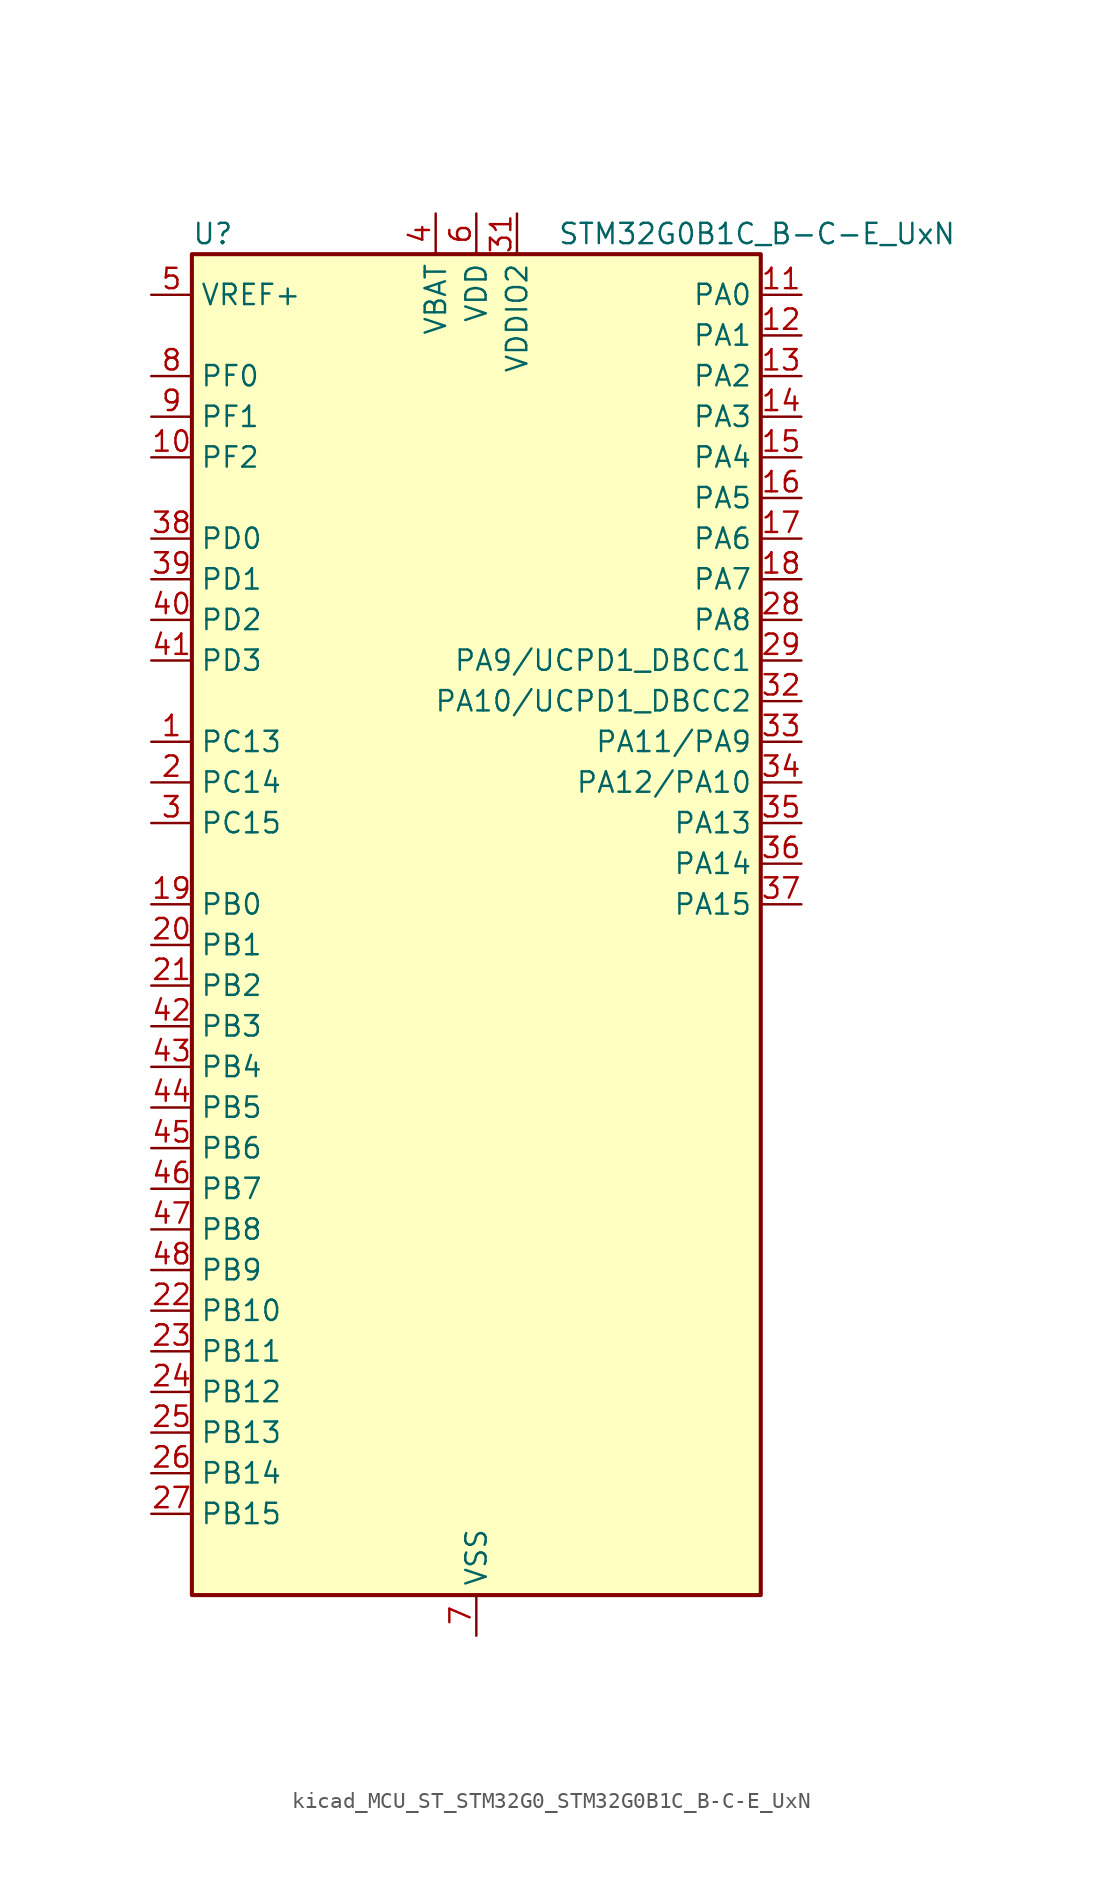
<source format=kicad_sym>
(kicad_symbol_lib
  (version 20220914)
  (generator kicad_symbol_editor)
  (symbol "kicad_MCU_ST_STM32G0_STM32G0B1C_B-C-E_UxN"
    (property "Reference" "U"
      (at -17.78 44.45 0)
      (effects (font (size 1.27 1.27)) (justify left)))
    (property "Value" "STM32G0B1C_B-C-E_UxN"
      (at 5.08 44.45 0)
      (effects (font (size 1.27 1.27)) (justify left)))
    (property "ki_locked" ""
      (at 0 0 0)
      (effects (font (size 1.27 1.27))))
    (symbol "kicad_MCU_ST_STM32G0_STM32G0B1C_B-C-E_UxN_0_1"
      (rectangle (start -17.78 -40.64) (end 17.78 43.18) (stroke (width 0.254) (type default)) (fill (type background))))
    (symbol "kicad_MCU_ST_STM32G0_STM32G0B1C_B-C-E_UxN_1_1"
      (pin bidirectional line (at -20.32 12.7 0) (length 2.54) (name "PC13" (effects (font (size 1.27 1.27)))) (number "1" (effects (font (size 1.27 1.27)))) (alternate "RTC_OUT1" bidirectional line) (alternate "RTC_TAMP_IN1" bidirectional line) (alternate "RTC_TS" bidirectional line) (alternate "SYS_WKUP2" bidirectional line) (alternate "TIM1_BK" bidirectional line))
      (pin bidirectional line (at -20.32 30.48 0) (length 2.54) (name "PF2" (effects (font (size 1.27 1.27)))) (number "10" (effects (font (size 1.27 1.27)))) (alternate "LPUART2_DE" bidirectional line) (alternate "LPUART2_RTS" bidirectional line) (alternate "LPUART2_TX" bidirectional line) (alternate "RCC_MCO" bidirectional line))
      (pin bidirectional line (at 20.32 40.64 180) (length 2.54) (name "PA0" (effects (font (size 1.27 1.27)))) (number "11" (effects (font (size 1.27 1.27)))) (alternate "ADC1_IN0" bidirectional line) (alternate "COMP1_INM" bidirectional line) (alternate "COMP1_OUT" bidirectional line) (alternate "I2S2_CK" bidirectional line) (alternate "LPTIM1_OUT" bidirectional line) (alternate "RTC_TAMP_IN2" bidirectional line) (alternate "SPI2_SCK" bidirectional line) (alternate "SYS_WKUP1" bidirectional line) (alternate "TIM2_CH1" bidirectional line) (alternate "TIM2_ETR" bidirectional line) (alternate "UCPD2_FRSTX1" bidirectional line) (alternate "UCPD2_FRSTX2" bidirectional line) (alternate "USART2_CTS" bidirectional line) (alternate "USART2_NSS" bidirectional line) (alternate "USART4_TX" bidirectional line))
      (pin bidirectional line (at 20.32 38.1 180) (length 2.54) (name "PA1" (effects (font (size 1.27 1.27)))) (number "12" (effects (font (size 1.27 1.27)))) (alternate "ADC1_IN1" bidirectional line) (alternate "COMP1_INP" bidirectional line) (alternate "I2C1_SMBA" bidirectional line) (alternate "I2S1_CK" bidirectional line) (alternate "SPI1_SCK" bidirectional line) (alternate "TIM15_CH1N" bidirectional line) (alternate "TIM2_CH2" bidirectional line) (alternate "USART2_CK" bidirectional line) (alternate "USART2_DE" bidirectional line) (alternate "USART2_RTS" bidirectional line) (alternate "USART4_RX" bidirectional line))
      (pin bidirectional line (at 20.32 35.56 180) (length 2.54) (name "PA2" (effects (font (size 1.27 1.27)))) (number "13" (effects (font (size 1.27 1.27)))) (alternate "ADC1_IN2" bidirectional line) (alternate "COMP2_INM" bidirectional line) (alternate "COMP2_OUT" bidirectional line) (alternate "I2S1_SD" bidirectional line) (alternate "LPUART1_TX" bidirectional line) (alternate "RCC_LSCO" bidirectional line) (alternate "SPI1_MOSI" bidirectional line) (alternate "SYS_WKUP4" bidirectional line) (alternate "TIM15_CH1" bidirectional line) (alternate "TIM2_CH3" bidirectional line) (alternate "UCPD1_FRSTX1" bidirectional line) (alternate "UCPD1_FRSTX2" bidirectional line) (alternate "USART2_TX" bidirectional line))
      (pin bidirectional line (at 20.32 33.02 180) (length 2.54) (name "PA3" (effects (font (size 1.27 1.27)))) (number "14" (effects (font (size 1.27 1.27)))) (alternate "ADC1_IN3" bidirectional line) (alternate "COMP2_INP" bidirectional line) (alternate "I2S2_MCK" bidirectional line) (alternate "LPUART1_RX" bidirectional line) (alternate "SPI2_MISO" bidirectional line) (alternate "TIM15_CH2" bidirectional line) (alternate "TIM2_CH4" bidirectional line) (alternate "UCPD2_FRSTX1" bidirectional line) (alternate "UCPD2_FRSTX2" bidirectional line) (alternate "USART2_RX" bidirectional line))
      (pin bidirectional line (at 20.32 30.48 180) (length 2.54) (name "PA4" (effects (font (size 1.27 1.27)))) (number "15" (effects (font (size 1.27 1.27)))) (alternate "ADC1_IN4" bidirectional line) (alternate "DAC1_OUT1" bidirectional line) (alternate "I2S1_WS" bidirectional line) (alternate "I2S2_SD" bidirectional line) (alternate "LPTIM2_OUT" bidirectional line) (alternate "RTC_OUT2" bidirectional line) (alternate "SPI1_NSS" bidirectional line) (alternate "SPI2_MOSI" bidirectional line) (alternate "SPI3_NSS" bidirectional line) (alternate "TIM14_CH1" bidirectional line) (alternate "UCPD2_FRSTX1" bidirectional line) (alternate "UCPD2_FRSTX2" bidirectional line) (alternate "USART6_TX" bidirectional line) (alternate "USB_NOE" bidirectional line))
      (pin bidirectional line (at 20.32 27.94 180) (length 2.54) (name "PA5" (effects (font (size 1.27 1.27)))) (number "16" (effects (font (size 1.27 1.27)))) (alternate "ADC1_IN5" bidirectional line) (alternate "CEC" bidirectional line) (alternate "DAC1_OUT2" bidirectional line) (alternate "I2S1_CK" bidirectional line) (alternate "LPTIM2_ETR" bidirectional line) (alternate "SPI1_SCK" bidirectional line) (alternate "TIM2_CH1" bidirectional line) (alternate "TIM2_ETR" bidirectional line) (alternate "UCPD1_FRSTX1" bidirectional line) (alternate "UCPD1_FRSTX2" bidirectional line) (alternate "USART3_TX" bidirectional line) (alternate "USART6_RX" bidirectional line))
      (pin bidirectional line (at 20.32 25.4 180) (length 2.54) (name "PA6" (effects (font (size 1.27 1.27)))) (number "17" (effects (font (size 1.27 1.27)))) (alternate "ADC1_IN6" bidirectional line) (alternate "COMP1_OUT" bidirectional line) (alternate "I2C2_SDA" bidirectional line) (alternate "I2C3_SDA" bidirectional line) (alternate "I2S1_MCK" bidirectional line) (alternate "LPUART1_CTS" bidirectional line) (alternate "SPI1_MISO" bidirectional line) (alternate "TIM16_CH1" bidirectional line) (alternate "TIM1_BK" bidirectional line) (alternate "TIM3_CH1" bidirectional line) (alternate "USART3_CTS" bidirectional line) (alternate "USART3_NSS" bidirectional line) (alternate "USART6_CTS" bidirectional line) (alternate "USART6_NSS" bidirectional line))
      (pin bidirectional line (at 20.32 22.86 180) (length 2.54) (name "PA7" (effects (font (size 1.27 1.27)))) (number "18" (effects (font (size 1.27 1.27)))) (alternate "ADC1_IN7" bidirectional line) (alternate "COMP2_OUT" bidirectional line) (alternate "I2C2_SCL" bidirectional line) (alternate "I2C3_SCL" bidirectional line) (alternate "I2S1_SD" bidirectional line) (alternate "SPI1_MOSI" bidirectional line) (alternate "TIM14_CH1" bidirectional line) (alternate "TIM17_CH1" bidirectional line) (alternate "TIM1_CH1N" bidirectional line) (alternate "TIM3_CH2" bidirectional line) (alternate "UCPD1_FRSTX1" bidirectional line) (alternate "UCPD1_FRSTX2" bidirectional line) (alternate "USART6_CK" bidirectional line) (alternate "USART6_DE" bidirectional line) (alternate "USART6_RTS" bidirectional line))
      (pin bidirectional line (at -20.32 2.54 0) (length 2.54) (name "PB0" (effects (font (size 1.27 1.27)))) (number "19" (effects (font (size 1.27 1.27)))) (alternate "ADC1_IN8" bidirectional line) (alternate "COMP1_OUT" bidirectional line) (alternate "COMP3_INP" bidirectional line) (alternate "FDCAN2_RX" bidirectional line) (alternate "I2S1_WS" bidirectional line) (alternate "LPTIM1_OUT" bidirectional line) (alternate "LPUART2_CTS" bidirectional line) (alternate "SPI1_NSS" bidirectional line) (alternate "TIM1_CH2N" bidirectional line) (alternate "TIM3_CH3" bidirectional line) (alternate "UCPD1_FRSTX1" bidirectional line) (alternate "UCPD1_FRSTX2" bidirectional line) (alternate "USART3_RX" bidirectional line) (alternate "USART5_TX" bidirectional line))
      (pin bidirectional line (at -20.32 10.16 0) (length 2.54) (name "PC14" (effects (font (size 1.27 1.27)))) (number "2" (effects (font (size 1.27 1.27)))) (alternate "RCC_OSC32_IN" bidirectional line) (alternate "TIM1_BK2" bidirectional line))
      (pin bidirectional line (at -20.32 0 0) (length 2.54) (name "PB1" (effects (font (size 1.27 1.27)))) (number "20" (effects (font (size 1.27 1.27)))) (alternate "ADC1_IN9" bidirectional line) (alternate "COMP1_INM" bidirectional line) (alternate "COMP3_OUT" bidirectional line) (alternate "FDCAN2_TX" bidirectional line) (alternate "LPTIM2_IN1" bidirectional line) (alternate "LPUART1_DE" bidirectional line) (alternate "LPUART1_RTS" bidirectional line) (alternate "LPUART2_DE" bidirectional line) (alternate "LPUART2_RTS" bidirectional line) (alternate "TIM14_CH1" bidirectional line) (alternate "TIM1_CH3N" bidirectional line) (alternate "TIM3_CH4" bidirectional line) (alternate "USART3_CK" bidirectional line) (alternate "USART3_DE" bidirectional line) (alternate "USART3_RTS" bidirectional line) (alternate "USART5_RX" bidirectional line))
      (pin bidirectional line (at -20.32 -2.54 0) (length 2.54) (name "PB2" (effects (font (size 1.27 1.27)))) (number "21" (effects (font (size 1.27 1.27)))) (alternate "ADC1_IN10" bidirectional line) (alternate "COMP1_INP" bidirectional line) (alternate "COMP3_INM" bidirectional line) (alternate "I2S2_MCK" bidirectional line) (alternate "LPTIM1_OUT" bidirectional line) (alternate "RCC_MCO_2" bidirectional line) (alternate "SPI2_MISO" bidirectional line) (alternate "USART3_TX" bidirectional line))
      (pin bidirectional line (at -20.32 -22.86 0) (length 2.54) (name "PB10" (effects (font (size 1.27 1.27)))) (number "22" (effects (font (size 1.27 1.27)))) (alternate "ADC1_IN11" bidirectional line) (alternate "CEC" bidirectional line) (alternate "COMP1_OUT" bidirectional line) (alternate "I2C2_SCL" bidirectional line) (alternate "I2S2_CK" bidirectional line) (alternate "LPUART1_RX" bidirectional line) (alternate "SPI2_SCK" bidirectional line) (alternate "TIM2_CH3" bidirectional line) (alternate "USART3_TX" bidirectional line))
      (pin bidirectional line (at -20.32 -25.4 0) (length 2.54) (name "PB11" (effects (font (size 1.27 1.27)))) (number "23" (effects (font (size 1.27 1.27)))) (alternate "ADC1_EXTI11" bidirectional line) (alternate "ADC1_IN15" bidirectional line) (alternate "COMP2_OUT" bidirectional line) (alternate "I2C2_SDA" bidirectional line) (alternate "I2S2_SD" bidirectional line) (alternate "LPUART1_TX" bidirectional line) (alternate "SPI2_MOSI" bidirectional line) (alternate "TIM2_CH4" bidirectional line) (alternate "USART3_RX" bidirectional line))
      (pin bidirectional line (at -20.32 -27.94 0) (length 2.54) (name "PB12" (effects (font (size 1.27 1.27)))) (number "24" (effects (font (size 1.27 1.27)))) (alternate "ADC1_IN16" bidirectional line) (alternate "FDCAN2_RX" bidirectional line) (alternate "I2C2_SMBA" bidirectional line) (alternate "I2S2_WS" bidirectional line) (alternate "LPUART1_DE" bidirectional line) (alternate "LPUART1_RTS" bidirectional line) (alternate "SPI2_NSS" bidirectional line) (alternate "TIM15_BK" bidirectional line) (alternate "TIM1_BK" bidirectional line) (alternate "UCPD2_FRSTX1" bidirectional line) (alternate "UCPD2_FRSTX2" bidirectional line))
      (pin bidirectional line (at -20.32 -30.48 0) (length 2.54) (name "PB13" (effects (font (size 1.27 1.27)))) (number "25" (effects (font (size 1.27 1.27)))) (alternate "FDCAN2_TX" bidirectional line) (alternate "I2C2_SCL" bidirectional line) (alternate "I2S2_CK" bidirectional line) (alternate "LPUART1_CTS" bidirectional line) (alternate "SPI2_SCK" bidirectional line) (alternate "TIM15_CH1N" bidirectional line) (alternate "TIM1_CH1N" bidirectional line) (alternate "USART3_CTS" bidirectional line) (alternate "USART3_NSS" bidirectional line))
      (pin bidirectional line (at -20.32 -33.02 0) (length 2.54) (name "PB14" (effects (font (size 1.27 1.27)))) (number "26" (effects (font (size 1.27 1.27)))) (alternate "I2C2_SDA" bidirectional line) (alternate "I2S2_MCK" bidirectional line) (alternate "SPI2_MISO" bidirectional line) (alternate "TIM15_CH1" bidirectional line) (alternate "TIM1_CH2N" bidirectional line) (alternate "UCPD1_FRSTX1" bidirectional line) (alternate "UCPD1_FRSTX2" bidirectional line) (alternate "USART3_CK" bidirectional line) (alternate "USART3_DE" bidirectional line) (alternate "USART3_RTS" bidirectional line) (alternate "USART6_CK" bidirectional line) (alternate "USART6_DE" bidirectional line) (alternate "USART6_RTS" bidirectional line))
      (pin bidirectional line (at -20.32 -35.56 0) (length 2.54) (name "PB15" (effects (font (size 1.27 1.27)))) (number "27" (effects (font (size 1.27 1.27)))) (alternate "I2S2_SD" bidirectional line) (alternate "RTC_REFIN" bidirectional line) (alternate "SPI2_MOSI" bidirectional line) (alternate "TIM15_CH1N" bidirectional line) (alternate "TIM15_CH2" bidirectional line) (alternate "TIM1_CH3N" bidirectional line) (alternate "UCPD1_CC2" bidirectional line) (alternate "USART6_CTS" bidirectional line) (alternate "USART6_NSS" bidirectional line))
      (pin bidirectional line (at 20.32 20.32 180) (length 2.54) (name "PA8" (effects (font (size 1.27 1.27)))) (number "28" (effects (font (size 1.27 1.27)))) (alternate "CRS1_SYNC" bidirectional line) (alternate "I2C2_SMBA" bidirectional line) (alternate "I2S2_WS" bidirectional line) (alternate "LPTIM2_OUT" bidirectional line) (alternate "RCC_MCO" bidirectional line) (alternate "SPI2_NSS" bidirectional line) (alternate "TIM1_CH1" bidirectional line) (alternate "UCPD1_CC1" bidirectional line))
      (pin bidirectional line (at 20.32 17.78 180) (length 2.54) (name "PA9/UCPD1_DBCC1" (effects (font (size 1.27 1.27)))) (number "29" (effects (font (size 1.27 1.27)))) (alternate "DAC1_EXTI9" bidirectional line) (alternate "I2C1_SCL" bidirectional line) (alternate "I2C2_SCL" bidirectional line) (alternate "I2S2_MCK" bidirectional line) (alternate "RCC_MCO" bidirectional line) (alternate "SPI2_MISO" bidirectional line) (alternate "TIM15_BK" bidirectional line) (alternate "TIM1_CH2" bidirectional line) (alternate "UCPD1_DBCC1" bidirectional line) (alternate "USART1_TX" bidirectional line))
      (pin bidirectional line (at -20.32 7.62 0) (length 2.54) (name "PC15" (effects (font (size 1.27 1.27)))) (number "3" (effects (font (size 1.27 1.27)))) (alternate "RCC_OSC32_EN" bidirectional line) (alternate "RCC_OSC32_OUT" bidirectional line) (alternate "RCC_OSC_EN" bidirectional line) (alternate "TIM15_BK" bidirectional line))
      (pin passive line (at 0 -43.18 90) (length 2.54) hide (name "VSS" (effects (font (size 1.27 1.27)))) (number "30" (effects (font (size 1.27 1.27)))))
      (pin power_in line (at 2.54 45.72 270) (length 2.54) (name "VDDIO2" (effects (font (size 1.27 1.27)))) (number "31" (effects (font (size 1.27 1.27)))))
      (pin bidirectional line (at 20.32 15.24 180) (length 2.54) (name "PA10/UCPD1_DBCC2" (effects (font (size 1.27 1.27)))) (number "32" (effects (font (size 1.27 1.27)))) (alternate "I2C1_SDA" bidirectional line) (alternate "I2C2_SDA" bidirectional line) (alternate "I2S2_SD" bidirectional line) (alternate "RCC_MCO_2" bidirectional line) (alternate "SPI2_MOSI" bidirectional line) (alternate "TIM17_BK" bidirectional line) (alternate "TIM1_CH3" bidirectional line) (alternate "UCPD1_DBCC2" bidirectional line) (alternate "USART1_RX" bidirectional line))
      (pin bidirectional line (at 20.32 12.7 180) (length 2.54) (name "PA11/PA9" (effects (font (size 1.27 1.27)))) (number "33" (effects (font (size 1.27 1.27)))) (alternate "ADC1_EXTI11" bidirectional line) (alternate "COMP1_OUT" bidirectional line) (alternate "FDCAN1_RX" bidirectional line) (alternate "I2C2_SCL" bidirectional line) (alternate "I2S1_MCK" bidirectional line) (alternate "SPI1_MISO" bidirectional line) (alternate "TIM1_BK2" bidirectional line) (alternate "TIM1_CH4" bidirectional line) (alternate "USART1_CTS" bidirectional line) (alternate "USART1_NSS" bidirectional line) (alternate "USB_DM" bidirectional line))
      (pin bidirectional line (at 20.32 10.16 180) (length 2.54) (name "PA12/PA10" (effects (font (size 1.27 1.27)))) (number "34" (effects (font (size 1.27 1.27)))) (alternate "COMP2_OUT" bidirectional line) (alternate "FDCAN1_TX" bidirectional line) (alternate "I2C2_SDA" bidirectional line) (alternate "I2S1_SD" bidirectional line) (alternate "I2S_CKIN" bidirectional line) (alternate "SPI1_MOSI" bidirectional line) (alternate "TIM1_ETR" bidirectional line) (alternate "USART1_CK" bidirectional line) (alternate "USART1_DE" bidirectional line) (alternate "USART1_RTS" bidirectional line) (alternate "USB_DP" bidirectional line))
      (pin bidirectional line (at 20.32 7.62 180) (length 2.54) (name "PA13" (effects (font (size 1.27 1.27)))) (number "35" (effects (font (size 1.27 1.27)))) (alternate "IR_OUT" bidirectional line) (alternate "LPUART2_RX" bidirectional line) (alternate "SYS_SWDIO" bidirectional line) (alternate "USB_NOE" bidirectional line))
      (pin bidirectional line (at 20.32 5.08 180) (length 2.54) (name "PA14" (effects (font (size 1.27 1.27)))) (number "36" (effects (font (size 1.27 1.27)))) (alternate "LPUART2_TX" bidirectional line) (alternate "SYS_SWCLK" bidirectional line) (alternate "USART2_TX" bidirectional line))
      (pin bidirectional line (at 20.32 2.54 180) (length 2.54) (name "PA15" (effects (font (size 1.27 1.27)))) (number "37" (effects (font (size 1.27 1.27)))) (alternate "I2C2_SMBA" bidirectional line) (alternate "I2S1_WS" bidirectional line) (alternate "RCC_MCO_2" bidirectional line) (alternate "SPI1_NSS" bidirectional line) (alternate "SPI3_NSS" bidirectional line) (alternate "TIM2_CH1" bidirectional line) (alternate "TIM2_ETR" bidirectional line) (alternate "USART2_RX" bidirectional line) (alternate "USART3_CK" bidirectional line) (alternate "USART3_DE" bidirectional line) (alternate "USART3_RTS" bidirectional line) (alternate "USART4_CK" bidirectional line) (alternate "USART4_DE" bidirectional line) (alternate "USART4_RTS" bidirectional line) (alternate "USB_NOE" bidirectional line))
      (pin bidirectional line (at -20.32 25.4 0) (length 2.54) (name "PD0" (effects (font (size 1.27 1.27)))) (number "38" (effects (font (size 1.27 1.27)))) (alternate "FDCAN1_RX" bidirectional line) (alternate "I2S2_WS" bidirectional line) (alternate "SPI2_NSS" bidirectional line) (alternate "TIM16_CH1" bidirectional line) (alternate "UCPD2_CC1" bidirectional line))
      (pin bidirectional line (at -20.32 22.86 0) (length 2.54) (name "PD1" (effects (font (size 1.27 1.27)))) (number "39" (effects (font (size 1.27 1.27)))) (alternate "FDCAN1_TX" bidirectional line) (alternate "I2S2_CK" bidirectional line) (alternate "SPI2_SCK" bidirectional line) (alternate "TIM17_CH1" bidirectional line) (alternate "UCPD2_DBCC1" bidirectional line))
      (pin power_in line (at -2.54 45.72 270) (length 2.54) (name "VBAT" (effects (font (size 1.27 1.27)))) (number "4" (effects (font (size 1.27 1.27)))))
      (pin bidirectional line (at -20.32 20.32 0) (length 2.54) (name "PD2" (effects (font (size 1.27 1.27)))) (number "40" (effects (font (size 1.27 1.27)))) (alternate "TIM1_CH1N" bidirectional line) (alternate "TIM3_ETR" bidirectional line) (alternate "UCPD2_CC2" bidirectional line) (alternate "USART3_CK" bidirectional line) (alternate "USART3_DE" bidirectional line) (alternate "USART3_RTS" bidirectional line) (alternate "USART5_RX" bidirectional line))
      (pin bidirectional line (at -20.32 17.78 0) (length 2.54) (name "PD3" (effects (font (size 1.27 1.27)))) (number "41" (effects (font (size 1.27 1.27)))) (alternate "I2S2_MCK" bidirectional line) (alternate "SPI2_MISO" bidirectional line) (alternate "TIM1_CH2N" bidirectional line) (alternate "UCPD2_DBCC2" bidirectional line) (alternate "USART2_CTS" bidirectional line) (alternate "USART2_NSS" bidirectional line) (alternate "USART5_TX" bidirectional line))
      (pin bidirectional line (at -20.32 -5.08 0) (length 2.54) (name "PB3" (effects (font (size 1.27 1.27)))) (number "42" (effects (font (size 1.27 1.27)))) (alternate "COMP2_INM" bidirectional line) (alternate "I2C2_SCL" bidirectional line) (alternate "I2C3_SCL" bidirectional line) (alternate "I2S1_CK" bidirectional line) (alternate "SPI1_SCK" bidirectional line) (alternate "SPI3_SCK" bidirectional line) (alternate "TIM1_CH2" bidirectional line) (alternate "TIM2_CH2" bidirectional line) (alternate "USART1_CK" bidirectional line) (alternate "USART1_DE" bidirectional line) (alternate "USART1_RTS" bidirectional line) (alternate "USART5_TX" bidirectional line))
      (pin bidirectional line (at -20.32 -7.62 0) (length 2.54) (name "PB4" (effects (font (size 1.27 1.27)))) (number "43" (effects (font (size 1.27 1.27)))) (alternate "COMP2_INP" bidirectional line) (alternate "I2C2_SDA" bidirectional line) (alternate "I2C3_SDA" bidirectional line) (alternate "I2S1_MCK" bidirectional line) (alternate "SPI1_MISO" bidirectional line) (alternate "SPI3_MISO" bidirectional line) (alternate "TIM17_BK" bidirectional line) (alternate "TIM3_CH1" bidirectional line) (alternate "USART1_CTS" bidirectional line) (alternate "USART1_NSS" bidirectional line) (alternate "USART5_RX" bidirectional line))
      (pin bidirectional line (at -20.32 -10.16 0) (length 2.54) (name "PB5" (effects (font (size 1.27 1.27)))) (number "44" (effects (font (size 1.27 1.27)))) (alternate "COMP2_OUT" bidirectional line) (alternate "FDCAN2_RX" bidirectional line) (alternate "I2C1_SMBA" bidirectional line) (alternate "I2S1_SD" bidirectional line) (alternate "LPTIM1_IN1" bidirectional line) (alternate "SPI1_MOSI" bidirectional line) (alternate "SPI3_MOSI" bidirectional line) (alternate "SYS_WKUP6" bidirectional line) (alternate "TIM16_BK" bidirectional line) (alternate "TIM3_CH2" bidirectional line) (alternate "USART5_CK" bidirectional line) (alternate "USART5_DE" bidirectional line) (alternate "USART5_RTS" bidirectional line))
      (pin bidirectional line (at -20.32 -12.7 0) (length 2.54) (name "PB6" (effects (font (size 1.27 1.27)))) (number "45" (effects (font (size 1.27 1.27)))) (alternate "COMP2_INP" bidirectional line) (alternate "FDCAN2_TX" bidirectional line) (alternate "I2C1_SCL" bidirectional line) (alternate "I2S2_MCK" bidirectional line) (alternate "LPTIM1_ETR" bidirectional line) (alternate "LPUART2_TX" bidirectional line) (alternate "SPI2_MISO" bidirectional line) (alternate "TIM16_CH1N" bidirectional line) (alternate "TIM1_CH3" bidirectional line) (alternate "TIM4_CH1" bidirectional line) (alternate "USART1_TX" bidirectional line) (alternate "USART5_CTS" bidirectional line) (alternate "USART5_NSS" bidirectional line))
      (pin bidirectional line (at -20.32 -15.24 0) (length 2.54) (name "PB7" (effects (font (size 1.27 1.27)))) (number "46" (effects (font (size 1.27 1.27)))) (alternate "COMP2_INM" bidirectional line) (alternate "I2C1_SDA" bidirectional line) (alternate "I2S2_SD" bidirectional line) (alternate "LPTIM1_IN2" bidirectional line) (alternate "LPUART2_RX" bidirectional line) (alternate "SPI2_MOSI" bidirectional line) (alternate "SYS_PVD_IN" bidirectional line) (alternate "TIM17_CH1N" bidirectional line) (alternate "TIM4_CH2" bidirectional line) (alternate "USART1_RX" bidirectional line) (alternate "USART4_CTS" bidirectional line) (alternate "USART4_NSS" bidirectional line))
      (pin bidirectional line (at -20.32 -17.78 0) (length 2.54) (name "PB8" (effects (font (size 1.27 1.27)))) (number "47" (effects (font (size 1.27 1.27)))) (alternate "CEC" bidirectional line) (alternate "FDCAN1_RX" bidirectional line) (alternate "I2C1_SCL" bidirectional line) (alternate "I2S2_CK" bidirectional line) (alternate "SPI2_SCK" bidirectional line) (alternate "TIM15_BK" bidirectional line) (alternate "TIM16_CH1" bidirectional line) (alternate "TIM4_CH3" bidirectional line) (alternate "USART3_TX" bidirectional line) (alternate "USART6_TX" bidirectional line))
      (pin bidirectional line (at -20.32 -20.32 0) (length 2.54) (name "PB9" (effects (font (size 1.27 1.27)))) (number "48" (effects (font (size 1.27 1.27)))) (alternate "DAC1_EXTI9" bidirectional line) (alternate "FDCAN1_TX" bidirectional line) (alternate "I2C1_SDA" bidirectional line) (alternate "I2S2_WS" bidirectional line) (alternate "IR_OUT" bidirectional line) (alternate "SPI2_NSS" bidirectional line) (alternate "TIM17_CH1" bidirectional line) (alternate "TIM4_CH4" bidirectional line) (alternate "UCPD2_FRSTX1" bidirectional line) (alternate "UCPD2_FRSTX2" bidirectional line) (alternate "USART3_RX" bidirectional line) (alternate "USART6_RX" bidirectional line))
      (pin passive line (at 0 -43.18 90) (length 2.54) hide (name "VSS" (effects (font (size 1.27 1.27)))) (number "49" (effects (font (size 1.27 1.27)))))
      (pin input line (at -20.32 40.64 0) (length 2.54) (name "VREF+" (effects (font (size 1.27 1.27)))) (number "5" (effects (font (size 1.27 1.27)))) (alternate "VREFBUF_OUT" bidirectional line))
      (pin power_in line (at 0 45.72 270) (length 2.54) (name "VDD" (effects (font (size 1.27 1.27)))) (number "6" (effects (font (size 1.27 1.27)))))
      (pin power_in line (at 0 -43.18 90) (length 2.54) (name "VSS" (effects (font (size 1.27 1.27)))) (number "7" (effects (font (size 1.27 1.27)))))
      (pin bidirectional line (at -20.32 35.56 0) (length 2.54) (name "PF0" (effects (font (size 1.27 1.27)))) (number "8" (effects (font (size 1.27 1.27)))) (alternate "CRS1_SYNC" bidirectional line) (alternate "RCC_OSC_IN" bidirectional line) (alternate "TIM14_CH1" bidirectional line))
      (pin bidirectional line (at -20.32 33.02 0) (length 2.54) (name "PF1" (effects (font (size 1.27 1.27)))) (number "9" (effects (font (size 1.27 1.27)))) (alternate "RCC_OSC_EN" bidirectional line) (alternate "RCC_OSC_OUT" bidirectional line) (alternate "TIM15_CH1N" bidirectional line)))))
</source>
